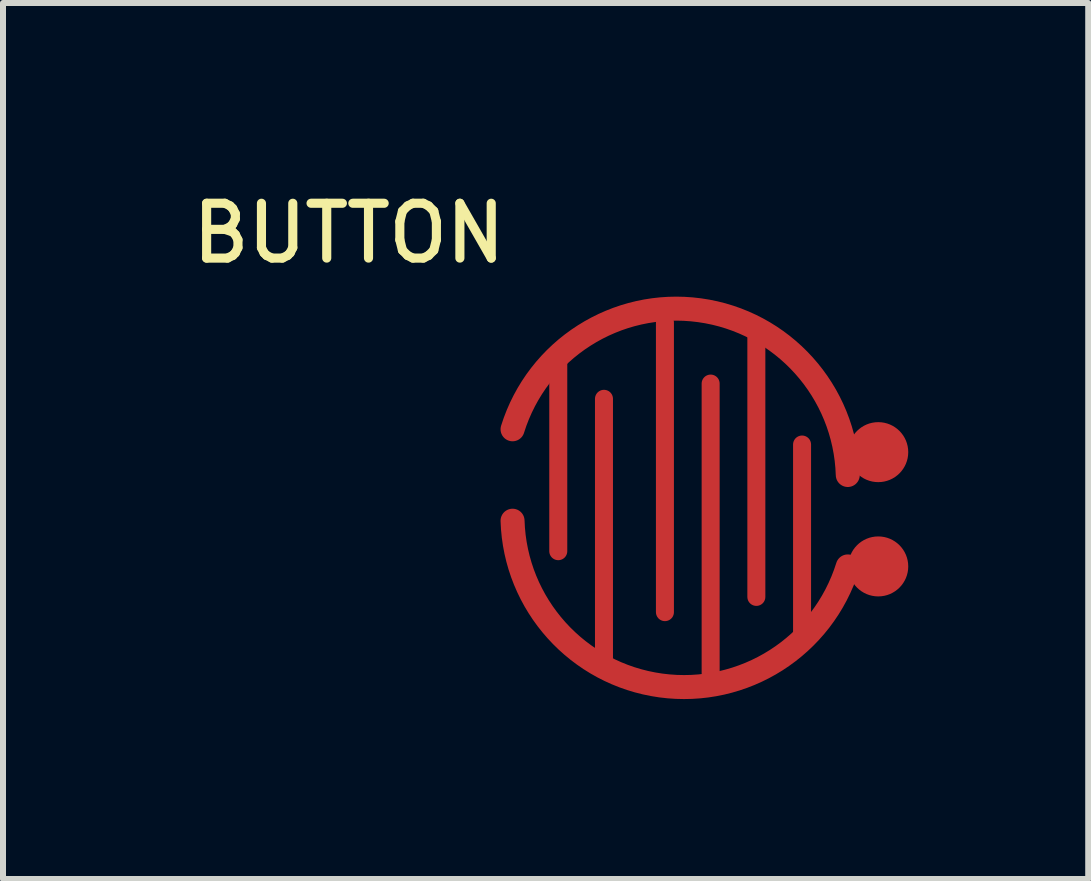
<source format=kicad_pcb>
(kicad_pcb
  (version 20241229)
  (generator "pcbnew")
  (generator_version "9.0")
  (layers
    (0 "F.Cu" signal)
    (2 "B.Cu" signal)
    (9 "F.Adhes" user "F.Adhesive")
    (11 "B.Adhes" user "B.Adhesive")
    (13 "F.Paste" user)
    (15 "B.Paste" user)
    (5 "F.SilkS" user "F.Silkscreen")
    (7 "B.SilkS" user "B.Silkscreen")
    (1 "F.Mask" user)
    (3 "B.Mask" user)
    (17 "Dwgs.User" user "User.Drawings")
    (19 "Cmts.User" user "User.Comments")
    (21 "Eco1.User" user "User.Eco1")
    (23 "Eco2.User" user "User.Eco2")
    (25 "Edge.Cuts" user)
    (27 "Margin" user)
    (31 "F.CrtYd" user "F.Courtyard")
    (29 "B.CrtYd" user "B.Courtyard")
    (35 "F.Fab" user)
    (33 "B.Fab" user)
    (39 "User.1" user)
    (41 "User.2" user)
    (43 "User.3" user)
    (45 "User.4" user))
  (footprint "BUTTON"
    (layer "F.Cu")
    (at 8.415 5.249)
    (property "Reference" "BUTTON" (at -2.959 -3.877 180) (layer "F.SilkS") (effects (font (size 0.914 0.914) (thickness 0.152)) (justify right bottom)))
    (fp_line (start -2.159 -2.286) (end -2.159 0.889) (stroke (width 0.3) (type default)) (layer "F.Cu"))
    (fp_line (start -1.397 2.667) (end -1.397 -1.651) (stroke (width 0.3) (type default)) (layer "F.Cu"))
    (fp_line (start -0.381 -2.921) (end -0.381 1.905) (stroke (width 0.3) (type default)) (layer "F.Cu"))
    (fp_line (start 0.381 2.921) (end 0.381 -1.905) (stroke (width 0.3) (type default)) (layer "F.Cu"))
    (fp_line (start 1.143 -2.667) (end 1.143 1.651) (stroke (width 0.3) (type default)) (layer "F.Cu"))
    (fp_line (start 1.905 2.286) (end 1.905 -0.889) (stroke (width 0.3) (type default)) (layer "F.Cu"))
    (fp_arc (start -2.921 -1.143) (mid 0.195606 -3.127775) (end 2.667 -0.381) (stroke (width 0.4) (type default)) (layer "F.Cu"))
    (fp_arc (start 2.667 1.143) (mid -0.449606 3.127775) (end -2.921 0.381) (stroke (width 0.4) (type default)) (layer "F.Cu"))
    (fp_line (start -2.159 -2.286) (end -2.159 0.889) (stroke (width 0.3) (type default)) (layer "F.Mask"))
    (fp_line (start -1.397 2.667) (end -1.397 -1.651) (stroke (width 0.3) (type default)) (layer "F.Mask"))
    (fp_line (start -0.381 -2.921) (end -0.381 1.905) (stroke (width 0.3) (type default)) (layer "F.Mask"))
    (fp_line (start 0.381 2.921) (end 0.381 -1.905) (stroke (width 0.3) (type default)) (layer "F.Mask"))
    (fp_line (start 1.143 -2.667) (end 1.143 1.651) (stroke (width 0.3) (type default)) (layer "F.Mask"))
    (fp_line (start 1.905 2.286) (end 1.905 -0.889) (stroke (width 0.3) (type default)) (layer "F.Mask"))
    (fp_arc (start -2.921 -1.143) (mid 0.195606 -3.127775) (end 2.667 -0.381) (stroke (width 0.4) (type default)) (layer "F.Mask"))
    (fp_arc (start 2.667 1.143) (mid -0.449606 3.127775) (end -2.921 0.381) (stroke (width 0.4) (type default)) (layer "F.Mask"))
    (pad "1" smd oval (at 3.175 -0.762 180) (size 1 1) (layers "F.Cu" "F.Mask" "F.Paste"))
    (pad "2" smd oval (at 3.175 1.143 180) (size 1 1) (layers "F.Cu" "F.Mask" "F.Paste")))
  (gr_rect
    (start -3 -3)
    (end 15.09 11.603)
    (stroke (width 0.1) (type default))
    (fill no)
    (layer "Edge.Cuts")))
</source>
